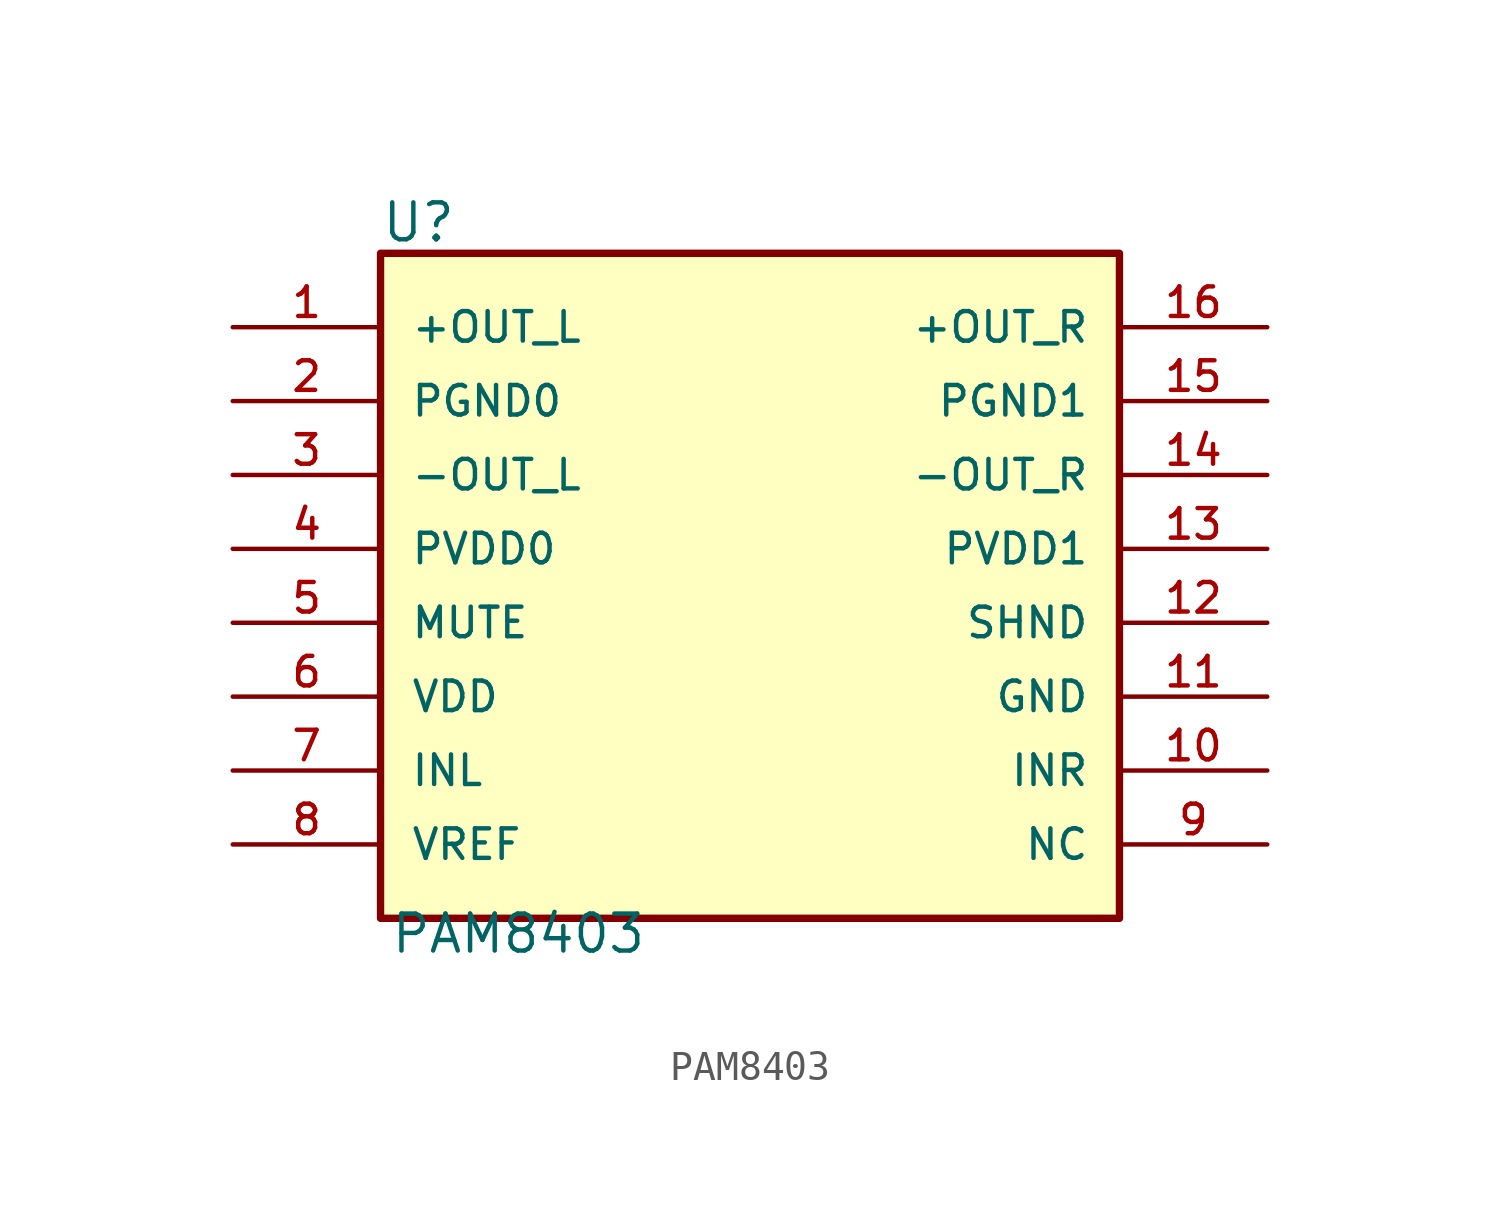
<source format=kicad_sym>
(kicad_symbol_lib
  (version 20241209)
  (generator "kicad_symbol_editor")
  (generator_version "9.0")
  (symbol "PAM8403"
    (pin_names
      (offset 1.016))
    (property "Reference" "U"
      (at -12.7 13.018 0)
      (effects (font (size 1.27 1.27)) (justify left bottom)))
    (property "Value" "PAM8403"
      (at -12.383 -11.43 0)
      (effects (font (size 1.27 1.27)) (justify left bottom)))
    (symbol "PAM8403_0_0"
      (rectangle (start -12.7 -10.16) (end 12.7 12.7) (stroke (width 0.254) (type default)) (fill (type background)))
      (pin bidirectional line (at -17.78 10.16 0) (length 5.08) (name "+OUT_L" (effects (font (size 1.016 1.016)))) (number "1" (effects (font (size 1.016 1.016)))))
      (pin bidirectional line (at -17.78 5.08 0) (length 5.08) (name "-OUT_L" (effects (font (size 1.016 1.016)))) (number "3" (effects (font (size 1.016 1.016)))))
      (pin bidirectional line (at -17.78 2.54 0) (length 5.08) (name "PVDD0" (effects (font (size 1.016 1.016)))) (number "4" (effects (font (size 1.016 1.016)))))
      (pin bidirectional line (at -17.78 0 0) (length 5.08) (name "MUTE" (effects (font (size 1.016 1.016)))) (number "5" (effects (font (size 1.016 1.016)))))
      (pin bidirectional line (at -17.78 -2.54 0) (length 5.08) (name "VDD" (effects (font (size 1.016 1.016)))) (number "6" (effects (font (size 1.016 1.016)))))
      (pin bidirectional line (at -17.78 -5.08 0) (length 5.08) (name "INL" (effects (font (size 1.016 1.016)))) (number "7" (effects (font (size 1.016 1.016)))))
      (pin bidirectional line (at -17.78 -7.62 0) (length 5.08) (name "VREF" (effects (font (size 1.016 1.016)))) (number "8" (effects (font (size 1.016 1.016)))))
      (pin bidirectional line (at 17.78 10.16 180) (length 5.08) (name "+OUT_R" (effects (font (size 1.016 1.016)))) (number "16" (effects (font (size 1.016 1.016)))))
      (pin bidirectional line (at 17.78 5.08 180) (length 5.08) (name "-OUT_R" (effects (font (size 1.016 1.016)))) (number "14" (effects (font (size 1.016 1.016)))))
      (pin bidirectional line (at 17.78 2.54 180) (length 5.08) (name "PVDD1" (effects (font (size 1.016 1.016)))) (number "13" (effects (font (size 1.016 1.016)))))
      (pin bidirectional line (at 17.78 0 180) (length 5.08) (name "SHND" (effects (font (size 1.016 1.016)))) (number "12" (effects (font (size 1.016 1.016)))))
      (pin bidirectional line (at 17.78 -5.08 180) (length 5.08) (name "INR" (effects (font (size 1.016 1.016)))) (number "10" (effects (font (size 1.016 1.016)))))
      (pin bidirectional line (at 17.78 -7.62 180) (length 5.08) (name "NC" (effects (font (size 1.016 1.016)))) (number "9" (effects (font (size 1.016 1.016))))))
    (symbol "PAM8403_1_0"
      (pin passive line (at -17.78 7.62 0) (length 5.08) (name "PGND0" (effects (font (size 1.016 1.016)))) (number "2" (effects (font (size 1.016 1.016)))))
      (pin passive line (at 17.78 7.62 180) (length 5.08) (name "PGND1" (effects (font (size 1.016 1.016)))) (number "15" (effects (font (size 1.016 1.016)))))
      (pin passive line (at 17.78 -2.54 180) (length 5.08) (name "GND" (effects (font (size 1.016 1.016)))) (number "11" (effects (font (size 1.016 1.016))))))))
</source>
